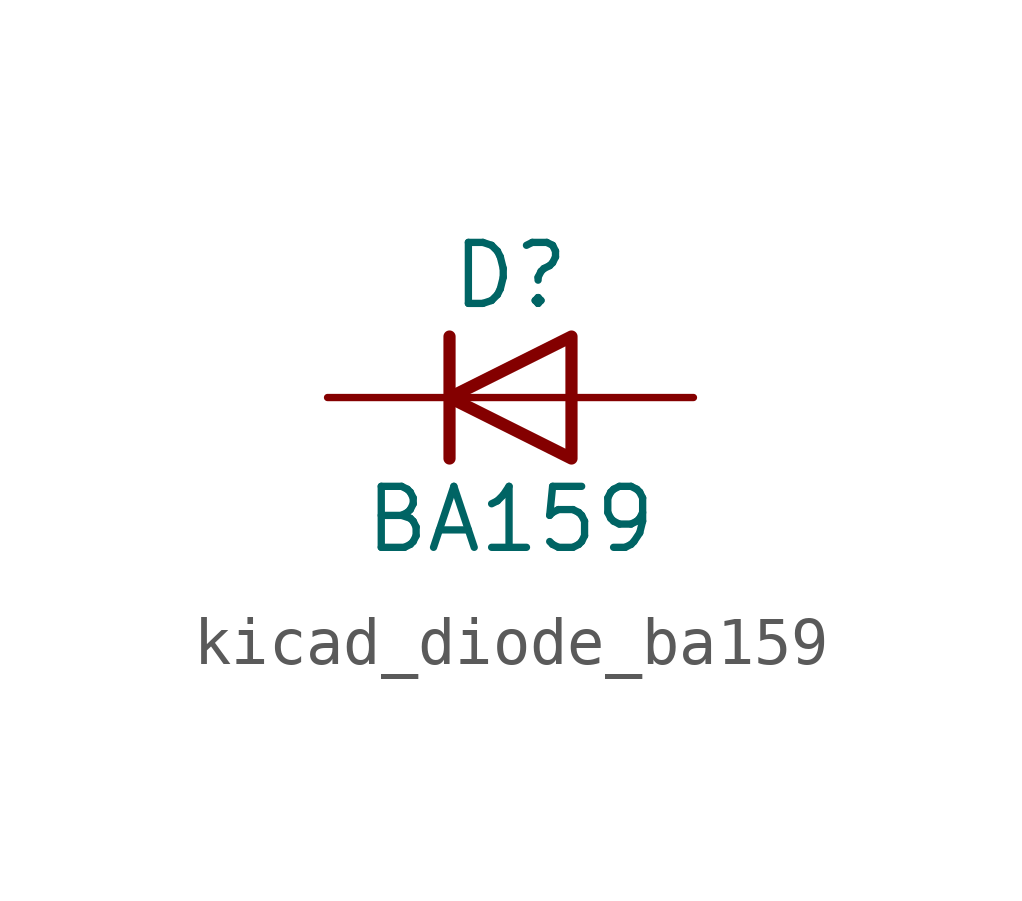
<source format=kicad_sym>
(kicad_symbol_lib
  (version 20220914)
  (generator kicad_symbol_editor)
  (symbol "kicad_diode_ba159"
    (pin_numbers hide)
    (pin_names hide)
    (property "Reference" "D"
      (at 0 2.54 0)
      (effects (font (size 1.27 1.27))))
    (property "Value" "BA159"
      (at 0 -2.54 0)
      (effects (font (size 1.27 1.27))))
    (symbol "kicad_diode_ba159_0_1"
      (polyline (pts (xy -1.27 1.27) (xy -1.27 -1.27)) (stroke (width 0.254) (type default)) (fill (type none)))
      (polyline (pts (xy 1.27 0) (xy -1.27 0)) (stroke (width 0) (type default)) (fill (type none)))
      (polyline (pts (xy 1.27 1.27) (xy 1.27 -1.27) (xy -1.27 0) (xy 1.27 1.27)) (stroke (width 0.254) (type default)) (fill (type none))))
    (symbol "kicad_diode_ba159_1_1"
      (pin passive line (at -3.81 0 0) (length 2.54) (name "K" (effects (font (size 1.27 1.27)))) (number "1" (effects (font (size 1.27 1.27)))))
      (pin passive line (at 3.81 0 180) (length 2.54) (name "A" (effects (font (size 1.27 1.27)))) (number "2" (effects (font (size 1.27 1.27))))))))
</source>
